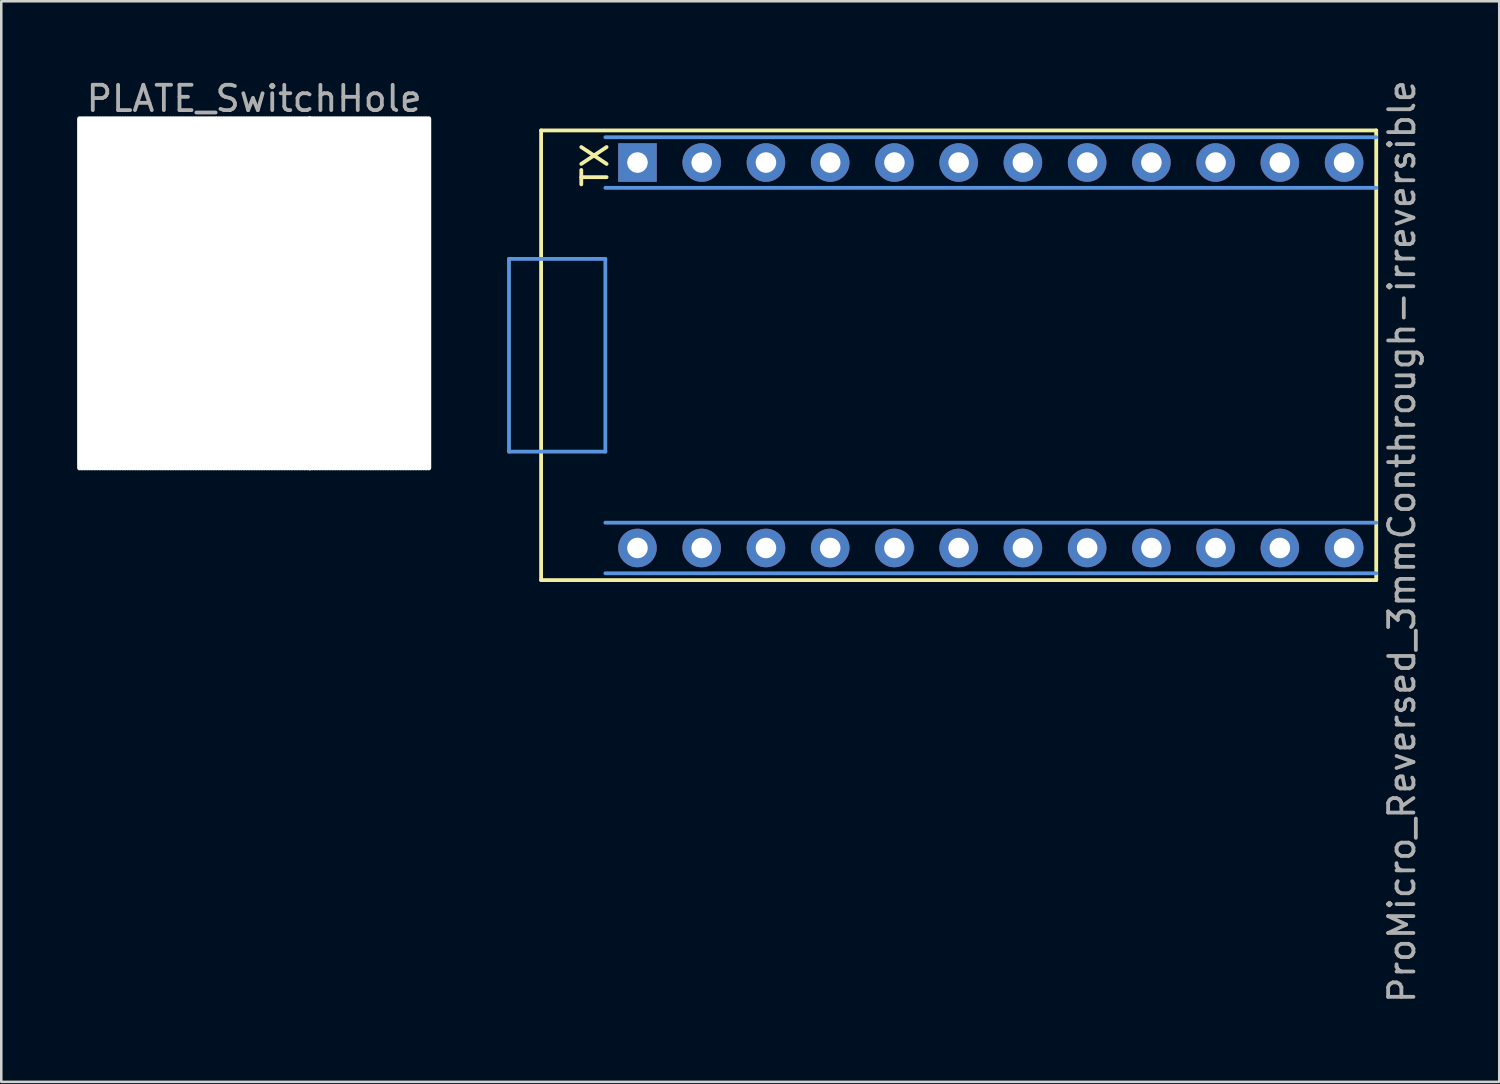
<source format=kicad_pcb>
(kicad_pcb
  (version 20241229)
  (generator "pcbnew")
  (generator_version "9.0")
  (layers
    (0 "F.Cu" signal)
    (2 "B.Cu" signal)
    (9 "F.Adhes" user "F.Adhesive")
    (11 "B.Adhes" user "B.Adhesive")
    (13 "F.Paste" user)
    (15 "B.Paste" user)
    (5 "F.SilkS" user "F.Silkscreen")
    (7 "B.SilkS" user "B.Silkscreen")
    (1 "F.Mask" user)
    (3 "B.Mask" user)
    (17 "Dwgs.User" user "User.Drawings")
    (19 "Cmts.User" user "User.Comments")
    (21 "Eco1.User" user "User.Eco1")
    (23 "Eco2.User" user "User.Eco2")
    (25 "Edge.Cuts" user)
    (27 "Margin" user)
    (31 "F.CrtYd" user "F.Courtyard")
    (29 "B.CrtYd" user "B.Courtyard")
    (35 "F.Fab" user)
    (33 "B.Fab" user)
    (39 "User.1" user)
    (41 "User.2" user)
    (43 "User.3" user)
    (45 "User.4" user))
  (footprint "ProMicro_Reversed_3mmConthrough-irreversible"
    (layer "F.Cu")
    (at 18.345 10.997)
    (property "Reference" "ProMicro_Reversed_3mmConthrough-irreversible" (at 34.036 7.366 270) (layer "F.Fab") (effects (font (size 1 1) (thickness 0.15))))
    (attr through_hole)
    (fp_line (start 0 -8.89) (end 0 8.89) (stroke (width 0.15) (type solid)) (layer "F.SilkS"))
    (fp_line (start 0 8.89) (end 33.02 8.89) (stroke (width 0.15) (type solid)) (layer "F.SilkS"))
    (fp_line (start 33.02 -8.89) (end 0 -8.89) (stroke (width 0.15) (type solid)) (layer "F.SilkS"))
    (fp_line (start 33.02 8.89) (end 33.02 -8.89) (stroke (width 0.15) (type solid)) (layer "F.SilkS"))
    (fp_line (start -1.27 -3.81) (end -1.27 3.81) (stroke (width 0.15) (type solid)) (layer "Cmts.User"))
    (fp_line (start -1.27 3.81) (end 2.54 3.81) (stroke (width 0.15) (type solid)) (layer "Cmts.User"))
    (fp_line (start 2.54 -3.81) (end -1.27 -3.81) (stroke (width 0.15) (type solid)) (layer "Cmts.User"))
    (fp_line (start 2.54 3.81) (end 2.54 -3.81) (stroke (width 0.15) (type solid)) (layer "Cmts.User"))
    (fp_line (start 33.02 -8.62) (end 2.54 -8.62) (stroke (width 0.15) (type solid)) (layer "Cmts.User"))
    (fp_line (start 33.02 -6.62) (end 2.54 -6.62) (stroke (width 0.15) (type solid)) (layer "Cmts.User"))
    (fp_line (start 33.02 6.62) (end 2.54 6.62) (stroke (width 0.15) (type solid)) (layer "Cmts.User"))
    (fp_line (start 33.02 8.62) (end 2.54 8.62) (stroke (width 0.15) (type solid)) (layer "Cmts.User"))
    (fp_text user "TX" (at 2.134 -7.518 90) (unlocked yes) (layer "F.SilkS") (effects (font (size 1 1) (thickness 0.15))))
    (pad "1" thru_hole rect (at 3.81 -7.62) (size 1.524 1.524) (drill 0.813) (layers "*.Cu" "*.Mask"))
    (pad "2" thru_hole circle (at 6.35 -7.62) (size 1.524 1.524) (drill 0.813) (layers "*.Cu" "*.Mask"))
    (pad "3" thru_hole circle (at 8.89 -7.62) (size 1.524 1.524) (drill 0.813) (layers "*.Cu" "*.Mask"))
    (pad "4" thru_hole circle (at 11.43 -7.62) (size 1.524 1.524) (drill 0.813) (layers "*.Cu" "*.Mask"))
    (pad "5" thru_hole circle (at 13.97 -7.62) (size 1.524 1.524) (drill 0.813) (layers "*.Cu" "*.Mask"))
    (pad "6" thru_hole circle (at 16.51 -7.62) (size 1.524 1.524) (drill 0.813) (layers "*.Cu" "*.Mask"))
    (pad "7" thru_hole circle (at 19.05 -7.62) (size 1.524 1.524) (drill 0.813) (layers "*.Cu" "*.Mask"))
    (pad "8" thru_hole circle (at 21.59 -7.62) (size 1.524 1.524) (drill 0.813) (layers "*.Cu" "*.Mask"))
    (pad "9" thru_hole circle (at 24.13 -7.62) (size 1.524 1.524) (drill 0.813) (layers "*.Cu" "*.Mask"))
    (pad "10" thru_hole circle (at 26.67 -7.62) (size 1.524 1.524) (drill 0.813) (layers "*.Cu" "*.Mask"))
    (pad "11" thru_hole circle (at 29.21 -7.62) (size 1.524 1.524) (drill 0.813) (layers "*.Cu" "*.Mask"))
    (pad "12" thru_hole circle (at 31.75 -7.62) (size 1.524 1.524) (drill 0.813) (layers "*.Cu" "*.Mask"))
    (pad "13" thru_hole circle (at 31.75 7.62) (size 1.524 1.524) (drill 0.813) (layers "*.Cu" "*.Mask"))
    (pad "14" thru_hole circle (at 29.21 7.62) (size 1.524 1.524) (drill 0.813) (layers "*.Cu" "*.Mask"))
    (pad "15" thru_hole circle (at 26.67 7.62) (size 1.524 1.524) (drill 0.813) (layers "*.Cu" "*.Mask"))
    (pad "16" thru_hole circle (at 24.13 7.62) (size 1.524 1.524) (drill 0.813) (layers "*.Cu" "*.Mask"))
    (pad "17" thru_hole circle (at 21.59 7.62) (size 1.524 1.524) (drill 0.813) (layers "*.Cu" "*.Mask"))
    (pad "18" thru_hole circle (at 19.05 7.62) (size 1.524 1.524) (drill 0.813) (layers "*.Cu" "*.Mask"))
    (pad "19" thru_hole circle (at 16.51 7.62) (size 1.524 1.524) (drill 0.813) (layers "*.Cu" "*.Mask"))
    (pad "20" thru_hole circle (at 13.97 7.62) (size 1.524 1.524) (drill 0.813) (layers "*.Cu" "*.Mask"))
    (pad "21" thru_hole circle (at 11.43 7.62) (size 1.524 1.524) (drill 0.813) (layers "*.Cu" "*.Mask"))
    (pad "22" thru_hole circle (at 8.89 7.62) (size 1.524 1.524) (drill 0.813) (layers "*.Cu" "*.Mask"))
    (pad "23" thru_hole circle (at 6.35 7.62) (size 1.524 1.524) (drill 0.813) (layers "*.Cu" "*.Mask"))
    (pad "24" thru_hole circle (at 3.81 7.62) (size 1.524 1.524) (drill 0.813) (layers "*.Cu" "*.Mask")))
  (footprint "PLATE_SwitchHole"
    (layer "F.Cu")
    (at 7 8.548)
    (property "Reference" "PLATE_SwitchHole" (at 0 -7.7 0) (layer "F.Fab") (effects (font (size 1 1) (thickness 0.15))))
    (attr through_hole)
    (pad "" np_thru_hole oval (at -6.9 0) (size 0.2 14) (drill oval 0.2 14) (layers "*.Cu" "*.Mask"))
    (pad "" np_thru_hole oval (at -6.8 0) (size 0.2 14) (drill oval 0.2 14) (layers "*.Cu" "*.Mask"))
    (pad "" np_thru_hole oval (at -6.7 0) (size 0.2 14) (drill oval 0.2 14) (layers "*.Cu" "*.Mask"))
    (pad "" np_thru_hole oval (at -6.6 0) (size 0.2 14) (drill oval 0.2 14) (layers "*.Cu" "*.Mask"))
    (pad "" np_thru_hole oval (at -6.5 0) (size 0.2 14) (drill oval 0.2 14) (layers "*.Cu" "*.Mask"))
    (pad "" np_thru_hole oval (at -6.4 0) (size 0.2 14) (drill oval 0.2 14) (layers "*.Cu" "*.Mask"))
    (pad "" np_thru_hole oval (at -6.3 0) (size 0.2 14) (drill oval 0.2 14) (layers "*.Cu" "*.Mask"))
    (pad "" np_thru_hole oval (at -6.2 0) (size 0.2 14) (drill oval 0.2 14) (layers "*.Cu" "*.Mask"))
    (pad "" np_thru_hole oval (at -6.1 0) (size 0.2 14) (drill oval 0.2 14) (layers "*.Cu" "*.Mask"))
    (pad "" np_thru_hole oval (at -6 0) (size 0.2 14) (drill oval 0.2 14) (layers "*.Cu" "*.Mask"))
    (pad "" np_thru_hole oval (at -5.9 0) (size 0.2 14) (drill oval 0.2 14) (layers "*.Cu" "*.Mask"))
    (pad "" np_thru_hole oval (at -5.8 0) (size 0.2 14) (drill oval 0.2 14) (layers "*.Cu" "*.Mask"))
    (pad "" np_thru_hole oval (at -5.7 0) (size 0.2 14) (drill oval 0.2 14) (layers "*.Cu" "*.Mask"))
    (pad "" np_thru_hole oval (at -5.6 0) (size 0.2 14) (drill oval 0.2 14) (layers "*.Cu" "*.Mask"))
    (pad "" np_thru_hole oval (at -5.5 0) (size 0.2 14) (drill oval 0.2 14) (layers "*.Cu" "*.Mask"))
    (pad "" np_thru_hole oval (at -5.4 0) (size 0.2 14) (drill oval 0.2 14) (layers "*.Cu" "*.Mask"))
    (pad "" np_thru_hole oval (at -5.3 0) (size 0.2 14) (drill oval 0.2 14) (layers "*.Cu" "*.Mask"))
    (pad "" np_thru_hole oval (at -5.2 0) (size 0.2 14) (drill oval 0.2 14) (layers "*.Cu" "*.Mask"))
    (pad "" np_thru_hole oval (at -5.1 0) (size 0.2 14) (drill oval 0.2 14) (layers "*.Cu" "*.Mask"))
    (pad "" np_thru_hole oval (at -5 0) (size 0.2 14) (drill oval 0.2 14) (layers "*.Cu" "*.Mask"))
    (pad "" np_thru_hole oval (at -4.9 0) (size 0.2 14) (drill oval 0.2 14) (layers "*.Cu" "*.Mask"))
    (pad "" np_thru_hole oval (at -4.8 0) (size 0.2 14) (drill oval 0.2 14) (layers "*.Cu" "*.Mask"))
    (pad "" np_thru_hole oval (at -4.7 0) (size 0.2 14) (drill oval 0.2 14) (layers "*.Cu" "*.Mask"))
    (pad "" np_thru_hole oval (at -4.6 0) (size 0.2 14) (drill oval 0.2 14) (layers "*.Cu" "*.Mask"))
    (pad "" np_thru_hole oval (at -4.5 0) (size 0.2 14) (drill oval 0.2 14) (layers "*.Cu" "*.Mask"))
    (pad "" np_thru_hole oval (at -4.4 0) (size 0.2 14) (drill oval 0.2 14) (layers "*.Cu" "*.Mask"))
    (pad "" np_thru_hole oval (at -4.3 0) (size 0.2 14) (drill oval 0.2 14) (layers "*.Cu" "*.Mask"))
    (pad "" np_thru_hole oval (at -4.2 0) (size 0.2 14) (drill oval 0.2 14) (layers "*.Cu" "*.Mask"))
    (pad "" np_thru_hole oval (at -4.1 0) (size 0.2 14) (drill oval 0.2 14) (layers "*.Cu" "*.Mask"))
    (pad "" np_thru_hole oval (at -4 0) (size 0.2 14) (drill oval 0.2 14) (layers "*.Cu" "*.Mask"))
    (pad "" np_thru_hole oval (at -3.9 0) (size 0.2 14) (drill oval 0.2 14) (layers "*.Cu" "*.Mask"))
    (pad "" np_thru_hole oval (at -3.8 0) (size 0.2 14) (drill oval 0.2 14) (layers "*.Cu" "*.Mask"))
    (pad "" np_thru_hole oval (at -3.7 0) (size 0.2 14) (drill oval 0.2 14) (layers "*.Cu" "*.Mask"))
    (pad "" np_thru_hole oval (at -3.6 0) (size 0.2 14) (drill oval 0.2 14) (layers "*.Cu" "*.Mask"))
    (pad "" np_thru_hole oval (at -3.5 0) (size 0.2 14) (drill oval 0.2 14) (layers "*.Cu" "*.Mask"))
    (pad "" np_thru_hole oval (at -3.4 0) (size 0.2 14) (drill oval 0.2 14) (layers "*.Cu" "*.Mask"))
    (pad "" np_thru_hole oval (at -3.3 0) (size 0.2 14) (drill oval 0.2 14) (layers "*.Cu" "*.Mask"))
    (pad "" np_thru_hole oval (at -3.2 0) (size 0.2 14) (drill oval 0.2 14) (layers "*.Cu" "*.Mask"))
    (pad "" np_thru_hole oval (at -3.1 0) (size 0.2 14) (drill oval 0.2 14) (layers "*.Cu" "*.Mask"))
    (pad "" np_thru_hole oval (at -3 0) (size 0.2 14) (drill oval 0.2 14) (layers "*.Cu" "*.Mask"))
    (pad "" np_thru_hole oval (at -2.9 0) (size 0.2 14) (drill oval 0.2 14) (layers "*.Cu" "*.Mask"))
    (pad "" np_thru_hole oval (at -2.8 0) (size 0.2 14) (drill oval 0.2 14) (layers "*.Cu" "*.Mask"))
    (pad "" np_thru_hole oval (at -2.7 0) (size 0.2 14) (drill oval 0.2 14) (layers "*.Cu" "*.Mask"))
    (pad "" np_thru_hole oval (at -2.6 0) (size 0.2 14) (drill oval 0.2 14) (layers "*.Cu" "*.Mask"))
    (pad "" np_thru_hole oval (at -2.5 0) (size 0.2 14) (drill oval 0.2 14) (layers "*.Cu" "*.Mask"))
    (pad "" np_thru_hole oval (at -2.4 0) (size 0.2 14) (drill oval 0.2 14) (layers "*.Cu" "*.Mask"))
    (pad "" np_thru_hole oval (at -2.3 0) (size 0.2 14) (drill oval 0.2 14) (layers "*.Cu" "*.Mask"))
    (pad "" np_thru_hole oval (at -2.2 0) (size 0.2 14) (drill oval 0.2 14) (layers "*.Cu" "*.Mask"))
    (pad "" np_thru_hole oval (at -2.1 0) (size 0.2 14) (drill oval 0.2 14) (layers "*.Cu" "*.Mask"))
    (pad "" np_thru_hole oval (at -2 0) (size 0.2 14) (drill oval 0.2 14) (layers "*.Cu" "*.Mask"))
    (pad "" np_thru_hole oval (at -1.9 0) (size 0.2 14) (drill oval 0.2 14) (layers "*.Cu" "*.Mask"))
    (pad "" np_thru_hole oval (at -1.8 0) (size 0.2 14) (drill oval 0.2 14) (layers "*.Cu" "*.Mask"))
    (pad "" np_thru_hole oval (at -1.7 0) (size 0.2 14) (drill oval 0.2 14) (layers "*.Cu" "*.Mask"))
    (pad "" np_thru_hole oval (at -1.6 0) (size 0.2 14) (drill oval 0.2 14) (layers "*.Cu" "*.Mask"))
    (pad "" np_thru_hole oval (at -1.5 0) (size 0.2 14) (drill oval 0.2 14) (layers "*.Cu" "*.Mask"))
    (pad "" np_thru_hole oval (at -1.4 0) (size 0.2 14) (drill oval 0.2 14) (layers "*.Cu" "*.Mask"))
    (pad "" np_thru_hole oval (at -1.3 0) (size 0.2 14) (drill oval 0.2 14) (layers "*.Cu" "*.Mask"))
    (pad "" np_thru_hole oval (at -1.2 0) (size 0.2 14) (drill oval 0.2 14) (layers "*.Cu" "*.Mask"))
    (pad "" np_thru_hole oval (at -1.1 0) (size 0.2 14) (drill oval 0.2 14) (layers "*.Cu" "*.Mask"))
    (pad "" np_thru_hole oval (at -1 0) (size 0.2 14) (drill oval 0.2 14) (layers "*.Cu" "*.Mask"))
    (pad "" np_thru_hole oval (at -0.9 0) (size 0.2 14) (drill oval 0.2 14) (layers "*.Cu" "*.Mask"))
    (pad "" np_thru_hole oval (at -0.8 0) (size 0.2 14) (drill oval 0.2 14) (layers "*.Cu" "*.Mask"))
    (pad "" np_thru_hole oval (at -0.7 0) (size 0.2 14) (drill oval 0.2 14) (layers "*.Cu" "*.Mask"))
    (pad "" np_thru_hole oval (at -0.6 0) (size 0.2 14) (drill oval 0.2 14) (layers "*.Cu" "*.Mask"))
    (pad "" np_thru_hole oval (at -0.5 0) (size 0.2 14) (drill oval 0.2 14) (layers "*.Cu" "*.Mask"))
    (pad "" np_thru_hole oval (at -0.4 0) (size 0.2 14) (drill oval 0.2 14) (layers "*.Cu" "*.Mask"))
    (pad "" np_thru_hole oval (at -0.3 0) (size 0.2 14) (drill oval 0.2 14) (layers "*.Cu" "*.Mask"))
    (pad "" np_thru_hole oval (at -0.2 0) (size 0.2 14) (drill oval 0.2 14) (layers "*.Cu" "*.Mask"))
    (pad "" np_thru_hole oval (at -0.1 0) (size 0.2 14) (drill oval 0.2 14) (layers "*.Cu" "*.Mask"))
    (pad "" np_thru_hole oval (at 0 0) (size 0.2 14) (drill oval 0.2 14) (layers "*.Cu" "*.Mask"))
    (pad "" np_thru_hole oval (at 0.1 0) (size 0.2 14) (drill oval 0.2 14) (layers "*.Cu" "*.Mask"))
    (pad "" np_thru_hole oval (at 0.2 0) (size 0.2 14) (drill oval 0.2 14) (layers "*.Cu" "*.Mask"))
    (pad "" np_thru_hole oval (at 0.3 0) (size 0.2 14) (drill oval 0.2 14) (layers "*.Cu" "*.Mask"))
    (pad "" np_thru_hole oval (at 0.4 0) (size 0.2 14) (drill oval 0.2 14) (layers "*.Cu" "*.Mask"))
    (pad "" np_thru_hole oval (at 0.5 0) (size 0.2 14) (drill oval 0.2 14) (layers "*.Cu" "*.Mask"))
    (pad "" np_thru_hole oval (at 0.6 0) (size 0.2 14) (drill oval 0.2 14) (layers "*.Cu" "*.Mask"))
    (pad "" np_thru_hole oval (at 0.7 0) (size 0.2 14) (drill oval 0.2 14) (layers "*.Cu" "*.Mask"))
    (pad "" np_thru_hole oval (at 0.8 0) (size 0.2 14) (drill oval 0.2 14) (layers "*.Cu" "*.Mask"))
    (pad "" np_thru_hole oval (at 0.9 0) (size 0.2 14) (drill oval 0.2 14) (layers "*.Cu" "*.Mask"))
    (pad "" np_thru_hole oval (at 1 0) (size 0.2 14) (drill oval 0.2 14) (layers "*.Cu" "*.Mask"))
    (pad "" np_thru_hole oval (at 1.1 0) (size 0.2 14) (drill oval 0.2 14) (layers "*.Cu" "*.Mask"))
    (pad "" np_thru_hole oval (at 1.2 0) (size 0.2 14) (drill oval 0.2 14) (layers "*.Cu" "*.Mask"))
    (pad "" np_thru_hole oval (at 1.3 0) (size 0.2 14) (drill oval 0.2 14) (layers "*.Cu" "*.Mask"))
    (pad "" np_thru_hole oval (at 1.4 0) (size 0.2 14) (drill oval 0.2 14) (layers "*.Cu" "*.Mask"))
    (pad "" np_thru_hole oval (at 1.5 0) (size 0.2 14) (drill oval 0.2 14) (layers "*.Cu" "*.Mask"))
    (pad "" np_thru_hole oval (at 1.6 0) (size 0.2 14) (drill oval 0.2 14) (layers "*.Cu" "*.Mask"))
    (pad "" np_thru_hole oval (at 1.7 0) (size 0.2 14) (drill oval 0.2 14) (layers "*.Cu" "*.Mask"))
    (pad "" np_thru_hole oval (at 1.8 0) (size 0.2 14) (drill oval 0.2 14) (layers "*.Cu" "*.Mask"))
    (pad "" np_thru_hole oval (at 1.9 0) (size 0.2 14) (drill oval 0.2 14) (layers "*.Cu" "*.Mask"))
    (pad "" np_thru_hole oval (at 2 0) (size 0.2 14) (drill oval 0.2 14) (layers "*.Cu" "*.Mask"))
    (pad "" np_thru_hole oval (at 2.1 0) (size 0.2 14) (drill oval 0.2 14) (layers "*.Cu" "*.Mask"))
    (pad "" np_thru_hole oval (at 2.2 0) (size 0.2 14) (drill oval 0.2 14) (layers "*.Cu" "*.Mask"))
    (pad "" np_thru_hole oval (at 2.2 0) (size 0.2 14) (drill oval 0.2 14) (layers "*.Cu" "*.Mask"))
    (pad "" np_thru_hole oval (at 2.3 0) (size 0.2 14) (drill oval 0.2 14) (layers "*.Cu" "*.Mask"))
    (pad "" np_thru_hole oval (at 2.4 0) (size 0.2 14) (drill oval 0.2 14) (layers "*.Cu" "*.Mask"))
    (pad "" np_thru_hole oval (at 2.5 0) (size 0.2 14) (drill oval 0.2 14) (layers "*.Cu" "*.Mask"))
    (pad "" np_thru_hole oval (at 2.6 0) (size 0.2 14) (drill oval 0.2 14) (layers "*.Cu" "*.Mask"))
    (pad "" np_thru_hole oval (at 2.7 0) (size 0.2 14) (drill oval 0.2 14) (layers "*.Cu" "*.Mask"))
    (pad "" np_thru_hole oval (at 2.8 0) (size 0.2 14) (drill oval 0.2 14) (layers "*.Cu" "*.Mask"))
    (pad "" np_thru_hole oval (at 2.9 0) (size 0.2 14) (drill oval 0.2 14) (layers "*.Cu" "*.Mask"))
    (pad "" np_thru_hole oval (at 3 0) (size 0.2 14) (drill oval 0.2 14) (layers "*.Cu" "*.Mask"))
    (pad "" np_thru_hole oval (at 3.1 0) (size 0.2 14) (drill oval 0.2 14) (layers "*.Cu" "*.Mask"))
    (pad "" np_thru_hole oval (at 3.2 0) (size 0.2 14) (drill oval 0.2 14) (layers "*.Cu" "*.Mask"))
    (pad "" np_thru_hole oval (at 3.3 0) (size 0.2 14) (drill oval 0.2 14) (layers "*.Cu" "*.Mask"))
    (pad "" np_thru_hole oval (at 3.4 0) (size 0.2 14) (drill oval 0.2 14) (layers "*.Cu" "*.Mask"))
    (pad "" np_thru_hole oval (at 3.5 0) (size 0.2 14) (drill oval 0.2 14) (layers "*.Cu" "*.Mask"))
    (pad "" np_thru_hole oval (at 3.6 0) (size 0.2 14) (drill oval 0.2 14) (layers "*.Cu" "*.Mask"))
    (pad "" np_thru_hole oval (at 3.7 0) (size 0.2 14) (drill oval 0.2 14) (layers "*.Cu" "*.Mask"))
    (pad "" np_thru_hole oval (at 3.8 0) (size 0.2 14) (drill oval 0.2 14) (layers "*.Cu" "*.Mask"))
    (pad "" np_thru_hole oval (at 3.9 0) (size 0.2 14) (drill oval 0.2 14) (layers "*.Cu" "*.Mask"))
    (pad "" np_thru_hole oval (at 4 0) (size 0.2 14) (drill oval 0.2 14) (layers "*.Cu" "*.Mask"))
    (pad "" np_thru_hole oval (at 4.1 0) (size 0.2 14) (drill oval 0.2 14) (layers "*.Cu" "*.Mask"))
    (pad "" np_thru_hole oval (at 4.2 0) (size 0.2 14) (drill oval 0.2 14) (layers "*.Cu" "*.Mask"))
    (pad "" np_thru_hole oval (at 4.3 0) (size 0.2 14) (drill oval 0.2 14) (layers "*.Cu" "*.Mask"))
    (pad "" np_thru_hole oval (at 4.4 0) (size 0.2 14) (drill oval 0.2 14) (layers "*.Cu" "*.Mask"))
    (pad "" np_thru_hole oval (at 4.5 0) (size 0.2 14) (drill oval 0.2 14) (layers "*.Cu" "*.Mask"))
    (pad "" np_thru_hole oval (at 4.6 0) (size 0.2 14) (drill oval 0.2 14) (layers "*.Cu" "*.Mask"))
    (pad "" np_thru_hole oval (at 4.7 0) (size 0.2 14) (drill oval 0.2 14) (layers "*.Cu" "*.Mask"))
    (pad "" np_thru_hole oval (at 4.8 0) (size 0.2 14) (drill oval 0.2 14) (layers "*.Cu" "*.Mask"))
    (pad "" np_thru_hole oval (at 4.9 0) (size 0.2 14) (drill oval 0.2 14) (layers "*.Cu" "*.Mask"))
    (pad "" np_thru_hole oval (at 5 0) (size 0.2 14) (drill oval 0.2 14) (layers "*.Cu" "*.Mask"))
    (pad "" np_thru_hole oval (at 5.1 0) (size 0.2 14) (drill oval 0.2 14) (layers "*.Cu" "*.Mask"))
    (pad "" np_thru_hole oval (at 5.2 0) (size 0.2 14) (drill oval 0.2 14) (layers "*.Cu" "*.Mask"))
    (pad "" np_thru_hole oval (at 5.3 0) (size 0.2 14) (drill oval 0.2 14) (layers "*.Cu" "*.Mask"))
    (pad "" np_thru_hole oval (at 5.4 0) (size 0.2 14) (drill oval 0.2 14) (layers "*.Cu" "*.Mask"))
    (pad "" np_thru_hole oval (at 5.5 0) (size 0.2 14) (drill oval 0.2 14) (layers "*.Cu" "*.Mask"))
    (pad "" np_thru_hole oval (at 5.6 0) (size 0.2 14) (drill oval 0.2 14) (layers "*.Cu" "*.Mask"))
    (pad "" np_thru_hole oval (at 5.7 0) (size 0.2 14) (drill oval 0.2 14) (layers "*.Cu" "*.Mask"))
    (pad "" np_thru_hole oval (at 5.8 0) (size 0.2 14) (drill oval 0.2 14) (layers "*.Cu" "*.Mask"))
    (pad "" np_thru_hole oval (at 5.9 0) (size 0.2 14) (drill oval 0.2 14) (layers "*.Cu" "*.Mask"))
    (pad "" np_thru_hole oval (at 6 0) (size 0.2 14) (drill oval 0.2 14) (layers "*.Cu" "*.Mask"))
    (pad "" np_thru_hole oval (at 6.1 0) (size 0.2 14) (drill oval 0.2 14) (layers "*.Cu" "*.Mask"))
    (pad "" np_thru_hole oval (at 6.2 0) (size 0.2 14) (drill oval 0.2 14) (layers "*.Cu" "*.Mask"))
    (pad "" np_thru_hole oval (at 6.3 0) (size 0.2 14) (drill oval 0.2 14) (layers "*.Cu" "*.Mask"))
    (pad "" np_thru_hole oval (at 6.4 0) (size 0.2 14) (drill oval 0.2 14) (layers "*.Cu" "*.Mask"))
    (pad "" np_thru_hole oval (at 6.5 0) (size 0.2 14) (drill oval 0.2 14) (layers "*.Cu" "*.Mask"))
    (pad "" np_thru_hole oval (at 6.6 0) (size 0.2 14) (drill oval 0.2 14) (layers "*.Cu" "*.Mask"))
    (pad "" np_thru_hole oval (at 6.7 0) (size 0.2 14) (drill oval 0.2 14) (layers "*.Cu" "*.Mask"))
    (pad "" np_thru_hole oval (at 6.8 0) (size 0.2 14) (drill oval 0.2 14) (layers "*.Cu" "*.Mask"))
    (pad "" np_thru_hole oval (at 6.9 0) (size 0.2 14) (drill oval 0.2 14) (layers "*.Cu" "*.Mask")))
  (gr_rect
    (start -3 -3)
    (end 56.229 39.726)
    (stroke (width 0.1) (type default))
    (fill no)
    (layer "Edge.Cuts")))
</source>
